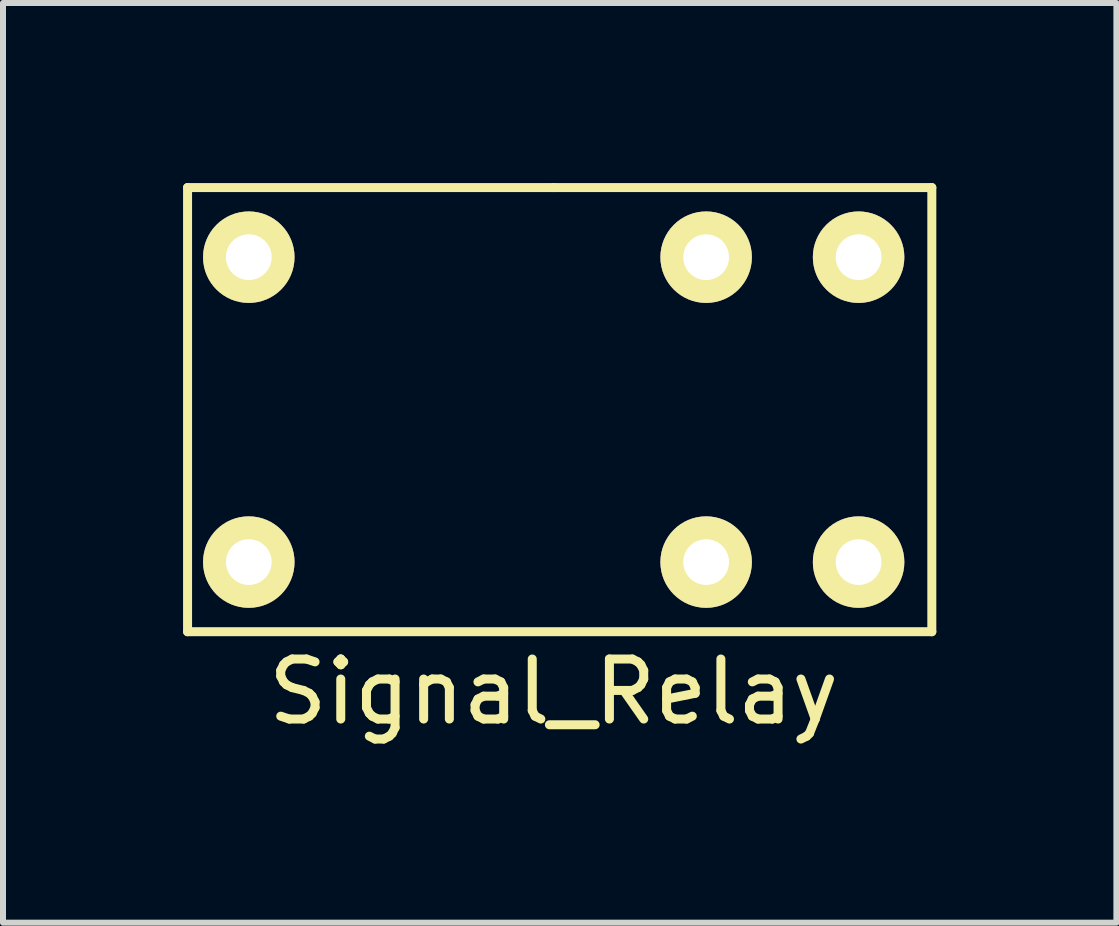
<source format=kicad_pcb>
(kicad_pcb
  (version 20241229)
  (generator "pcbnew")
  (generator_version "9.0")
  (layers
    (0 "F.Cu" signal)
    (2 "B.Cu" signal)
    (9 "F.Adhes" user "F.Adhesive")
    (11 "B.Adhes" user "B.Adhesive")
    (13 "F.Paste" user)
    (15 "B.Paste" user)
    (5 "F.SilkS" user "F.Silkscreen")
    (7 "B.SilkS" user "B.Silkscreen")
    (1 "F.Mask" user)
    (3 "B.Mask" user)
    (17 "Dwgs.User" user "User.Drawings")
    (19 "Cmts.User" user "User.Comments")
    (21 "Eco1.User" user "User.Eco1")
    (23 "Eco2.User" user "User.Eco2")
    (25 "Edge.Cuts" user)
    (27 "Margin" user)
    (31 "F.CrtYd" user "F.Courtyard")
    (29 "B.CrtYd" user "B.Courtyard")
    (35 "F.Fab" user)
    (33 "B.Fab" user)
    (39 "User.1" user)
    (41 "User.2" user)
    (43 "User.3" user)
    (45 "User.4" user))
  (footprint "Signal_Relay"
    (layer "F.Cu")
    (at 6.175 3.775)
    (property "Reference" "Signal_Relay" (at 0 4.7 0) (layer "F.SilkS") (effects (font (size 1 1) (thickness 0.15))))
    (attr through_hole)
    (fp_line (start -6.1 -3.7) (end -6.1 3.7) (stroke (width 0.15) (type solid)) (layer "F.SilkS"))
    (fp_line (start -6.1 3.7) (end 6.3 3.7) (stroke (width 0.15) (type solid)) (layer "F.SilkS"))
    (fp_line (start 0 -3.7) (end -6.1 -3.7) (stroke (width 0.15) (type solid)) (layer "F.SilkS"))
    (fp_line (start 6.3 -3.7) (end 0 -3.7) (stroke (width 0.15) (type solid)) (layer "F.SilkS"))
    (fp_line (start 6.3 3.7) (end 6.3 -3.7) (stroke (width 0.15) (type solid)) (layer "F.SilkS"))
    (pad "1" thru_hole circle (at -5.08 2.54) (size 1.524 1.524) (drill 0.762) (layers "*.Cu" "*.Mask" "F.SilkS"))
    (pad "2" thru_hole circle (at 2.54 2.54) (size 1.524 1.524) (drill 0.762) (layers "*.Cu" "*.Mask" "F.SilkS"))
    (pad "3" thru_hole circle (at 5.08 2.54) (size 1.524 1.524) (drill 0.762) (layers "*.Cu" "*.Mask" "F.SilkS"))
    (pad "4" thru_hole circle (at 5.08 -2.54) (size 1.524 1.524) (drill 0.762) (layers "*.Cu" "*.Mask" "F.SilkS"))
    (pad "5" thru_hole circle (at 2.54 -2.54) (size 1.524 1.524) (drill 0.762) (layers "*.Cu" "*.Mask" "F.SilkS"))
    (pad "6" thru_hole circle (at -5.08 -2.54) (size 1.524 1.524) (drill 0.762) (layers "*.Cu" "*.Mask" "F.SilkS")))
  (gr_rect
    (start -3 -3)
    (end 15.55 12.323)
    (stroke (width 0.1) (type default))
    (fill no)
    (layer "Edge.Cuts")))
</source>
